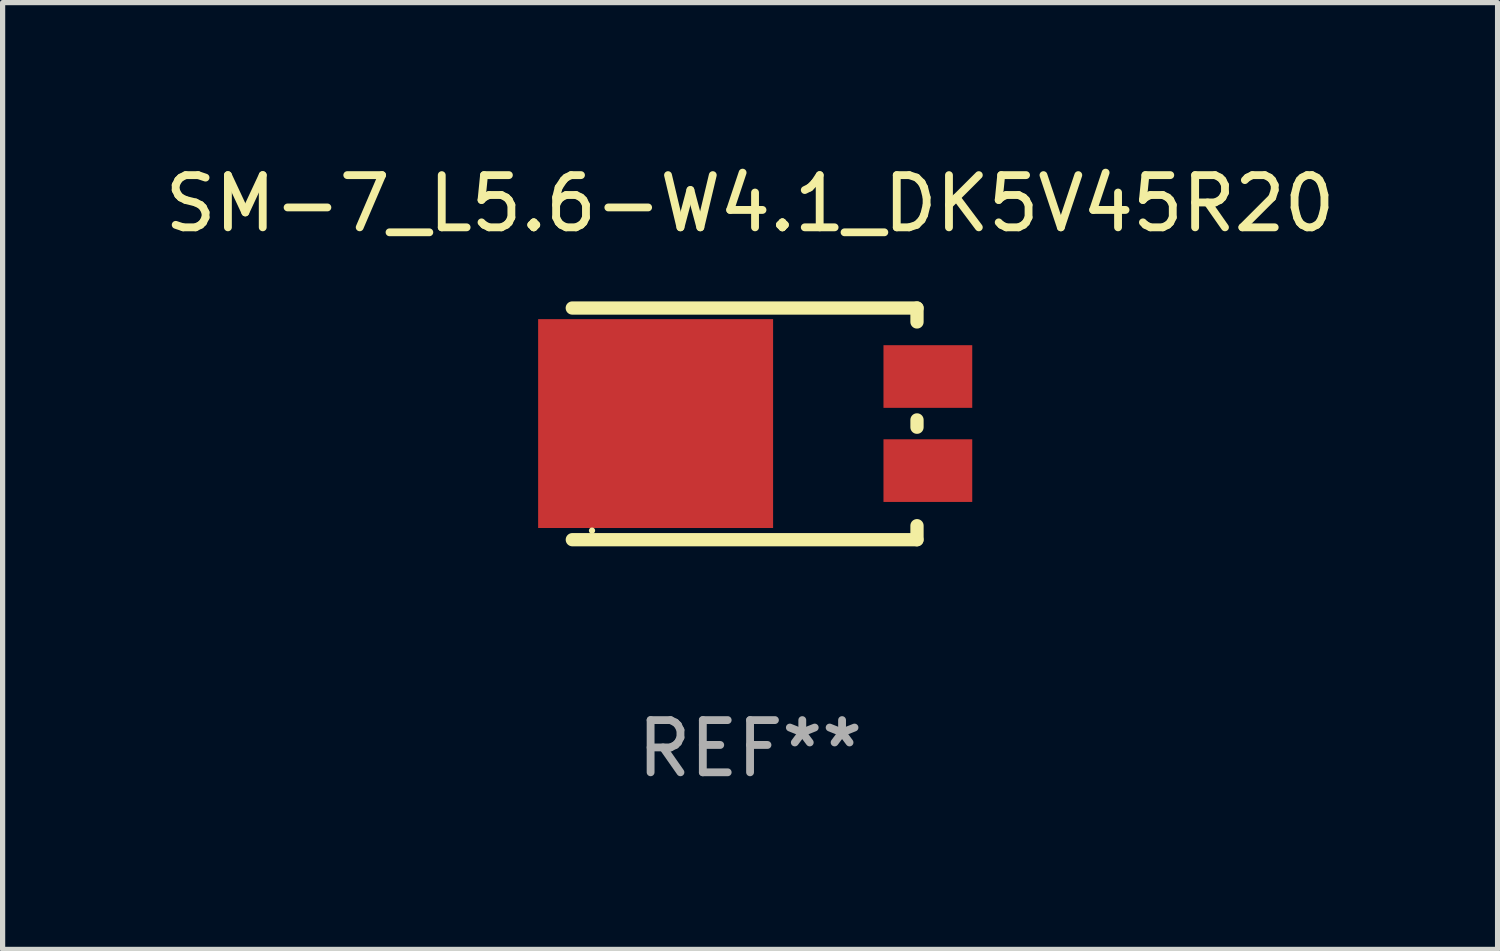
<source format=kicad_pcb>
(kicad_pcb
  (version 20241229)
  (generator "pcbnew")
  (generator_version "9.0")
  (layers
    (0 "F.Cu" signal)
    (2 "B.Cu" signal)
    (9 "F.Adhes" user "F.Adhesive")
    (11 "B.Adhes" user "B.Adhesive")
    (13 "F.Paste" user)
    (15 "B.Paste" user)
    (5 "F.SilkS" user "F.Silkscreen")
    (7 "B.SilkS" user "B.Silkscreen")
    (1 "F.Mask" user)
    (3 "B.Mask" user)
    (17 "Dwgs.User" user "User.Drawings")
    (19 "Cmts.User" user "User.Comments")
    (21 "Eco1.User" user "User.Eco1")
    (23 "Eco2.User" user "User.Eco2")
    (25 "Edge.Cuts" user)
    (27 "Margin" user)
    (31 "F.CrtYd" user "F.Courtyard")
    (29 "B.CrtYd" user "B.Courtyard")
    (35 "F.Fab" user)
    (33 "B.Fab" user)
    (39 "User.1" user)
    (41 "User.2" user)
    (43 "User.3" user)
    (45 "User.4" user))
  (footprint "SM-7_L5.6-W4.1_DK5V45R20"
    (layer "F.Cu")
    (at 12.113 5.062)
    (property "Reference" "SM-7_L5.6-W4.1_DK5V45R20" (at -0.798 -4.213 0) (layer "F.SilkS") (effects (font (size 1 1) (thickness 0.15))))
    (attr through_hole)
    (fp_line (start 2.397 2.224) (end -4.202 2.224) (stroke (width 0.254) (type solid)) (layer "F.SilkS"))
    (fp_line (start 2.399 -2.213) (end -4.203 -2.213) (stroke (width 0.254) (type solid)) (layer "F.SilkS"))
    (fp_line (start 2.399 -2.213) (end 2.399 -1.946) (stroke (width 0.254) (type solid)) (layer "F.SilkS"))
    (fp_line (start 2.399 -0.07) (end 2.399 0.07) (stroke (width 0.254) (type solid)) (layer "F.SilkS"))
    (fp_line (start 2.399 1.956) (end 2.399 2.224) (stroke (width 0.254) (type solid)) (layer "F.SilkS"))
    (fp_circle (center -3.825 2.05) (end -3.795 2.05) (stroke (width 0.06) (type solid)) (fill no) (layer "F.SilkS"))
    (fp_text user "REF**" (at -0.798 6.224 0) (layer "F.Fab") (effects (font (size 1 1) (thickness 0.15))))
    (pad "1" smd rect (at -2.607 0 180) (size 4.5 4) (layers "F.Cu" "F.Mask" "F.Paste"))
    (pad "2" smd rect (at 2.607 -0.901 180) (size 1.7 1.2) (layers "F.Cu" "F.Mask" "F.Paste"))
    (pad "2" smd rect (at 2.607 0.901 180) (size 1.7 1.2) (layers "F.Cu" "F.Mask" "F.Paste")))
  (gr_rect
    (start -3 -3)
    (end 25.631 15.133)
    (stroke (width 0.1) (type default))
    (fill no)
    (layer "Edge.Cuts")))
</source>
